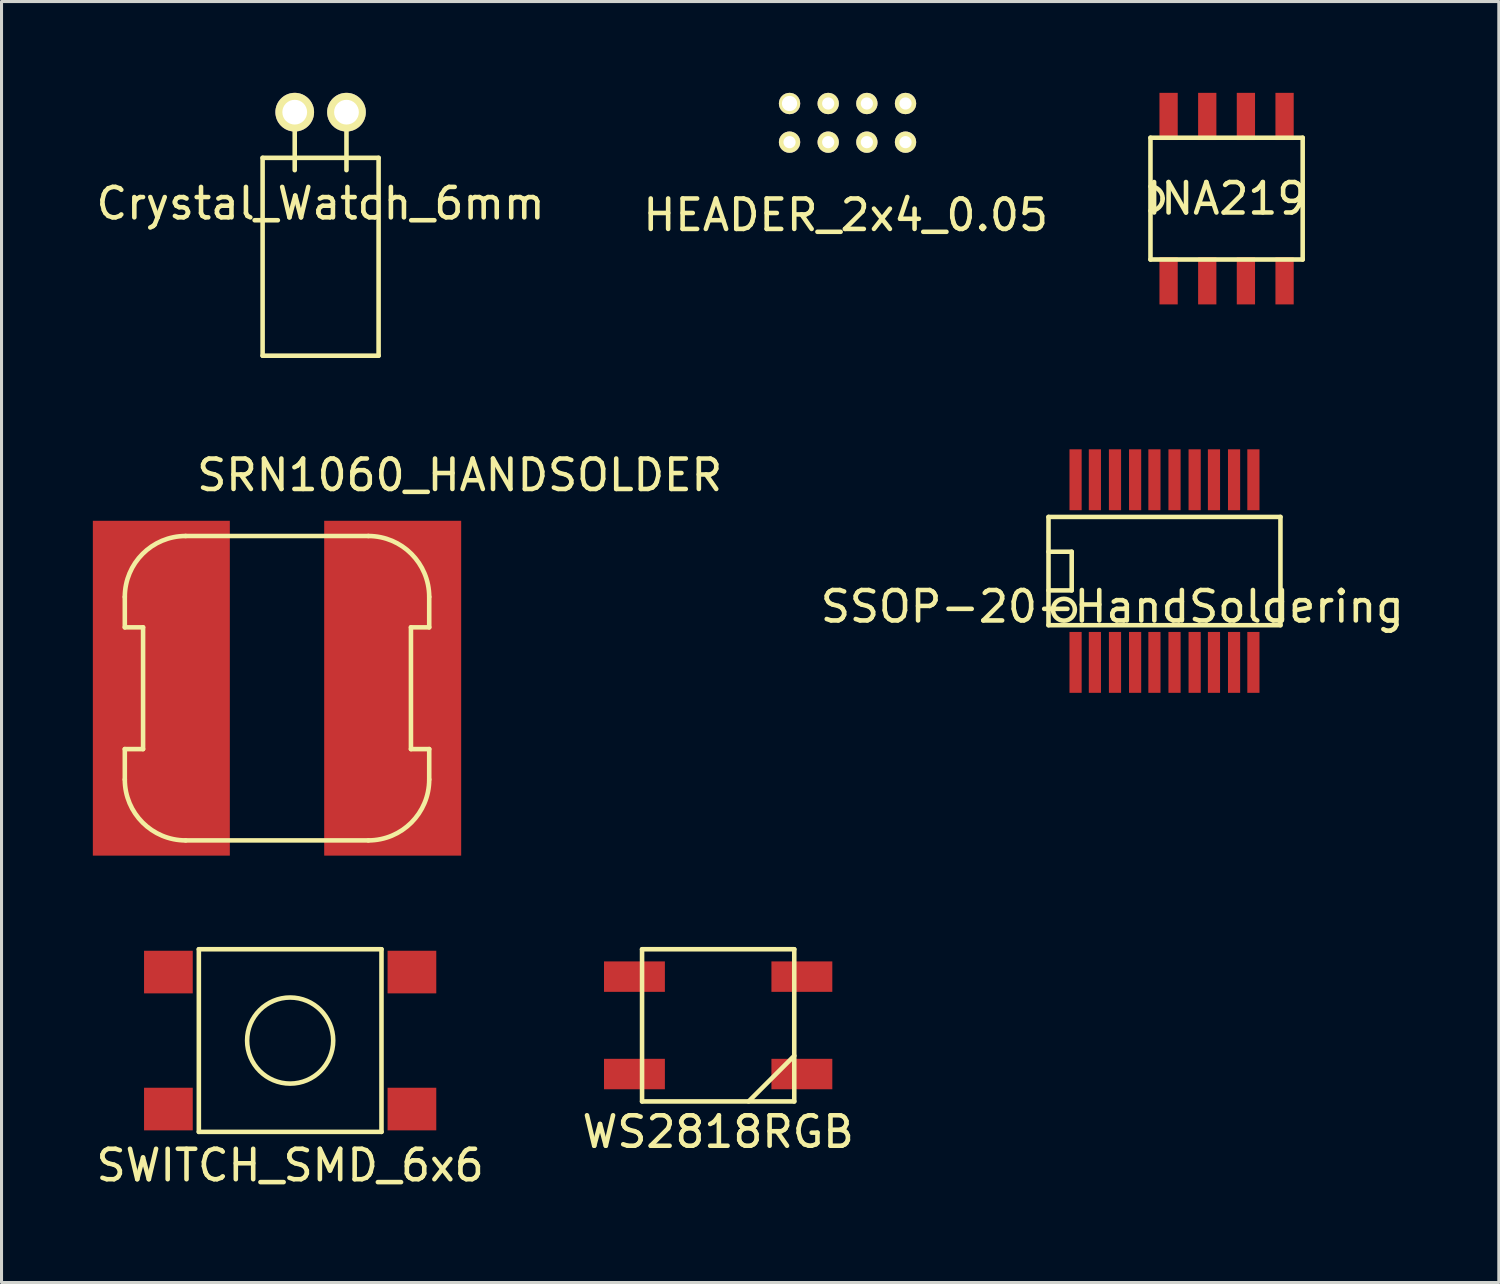
<source format=kicad_pcb>
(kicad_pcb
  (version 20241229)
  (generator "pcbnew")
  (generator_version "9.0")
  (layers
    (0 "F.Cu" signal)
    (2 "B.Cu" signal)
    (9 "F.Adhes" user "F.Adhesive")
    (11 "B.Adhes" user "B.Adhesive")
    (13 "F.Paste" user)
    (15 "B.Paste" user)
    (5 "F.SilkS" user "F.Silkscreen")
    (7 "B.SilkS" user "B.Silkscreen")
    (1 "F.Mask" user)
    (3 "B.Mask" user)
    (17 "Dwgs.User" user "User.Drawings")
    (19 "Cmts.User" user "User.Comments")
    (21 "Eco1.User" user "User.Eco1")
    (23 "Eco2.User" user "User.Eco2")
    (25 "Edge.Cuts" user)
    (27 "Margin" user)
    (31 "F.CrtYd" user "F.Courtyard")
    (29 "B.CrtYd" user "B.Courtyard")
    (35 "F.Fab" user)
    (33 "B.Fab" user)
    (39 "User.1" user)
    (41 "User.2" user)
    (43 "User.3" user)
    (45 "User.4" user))
  (footprint "WS2818RGB"
    (layer "F.Cu")
    (at 20.542 30.633)
    (property "Reference" "WS2818RGB" (at 0 3.5 0) (layer "F.SilkS") (effects (font (size 1 1) (thickness 0.15))))
    (attr through_hole)
    (fp_line (start -2.5 -2.5) (end 2.5 -2.5) (stroke (width 0.15) (type solid)) (layer "F.SilkS"))
    (fp_line (start -2.5 2.5) (end -2.5 -2.5) (stroke (width 0.15) (type solid)) (layer "F.SilkS"))
    (fp_line (start 2.5 -2.5) (end 2.5 2.5) (stroke (width 0.15) (type solid)) (layer "F.SilkS"))
    (fp_line (start 2.5 1) (end 1 2.5) (stroke (width 0.15) (type solid)) (layer "F.SilkS"))
    (fp_line (start 2.5 2.5) (end -2.5 2.5) (stroke (width 0.15) (type solid)) (layer "F.SilkS"))
    (pad "1" smd rect (at -1.75 -1.6) (size 2 1) (drill (offset -1 0)) (layers "F.Cu" "F.Mask" "F.Paste"))
    (pad "2" smd rect (at -1.75 1.6) (size 2 1) (drill (offset -1 0)) (layers "F.Cu" "F.Mask" "F.Paste"))
    (pad "3" smd rect (at 1.75 1.6) (size 2 1) (drill (offset 1 0)) (layers "F.Cu" "F.Mask" "F.Paste"))
    (pad "4" smd rect (at 1.75 -1.6) (size 2 1) (drill (offset 1 0)) (layers "F.Cu" "F.Mask" "F.Paste")))
  (footprint "Crystal_Watch_6mm"
    (layer "F.Cu")
    (at 7.482 0.635)
    (property "Reference" "Crystal_Watch_6mm" (at 0 3 180) (layer "F.SilkS") (effects (font (size 1 1) (thickness 0.15))))
    (attr through_hole)
    (fp_line (start -1.905 1.5) (end 1.905 1.5) (stroke (width 0.15) (type solid)) (layer "F.SilkS"))
    (fp_line (start -1.905 8) (end -1.905 1.5) (stroke (width 0.15) (type solid)) (layer "F.SilkS"))
    (fp_line (start -0.85 0) (end -0.85 1.905) (stroke (width 0.15) (type solid)) (layer "F.SilkS"))
    (fp_line (start 0.85 0) (end 0.85 1.905) (stroke (width 0.15) (type solid)) (layer "F.SilkS"))
    (fp_line (start 1.905 1.5) (end 1.905 8) (stroke (width 0.15) (type solid)) (layer "F.SilkS"))
    (fp_line (start 1.905 8) (end -1.905 8) (stroke (width 0.15) (type solid)) (layer "F.SilkS"))
    (pad "1" thru_hole circle (at -0.85 0) (size 1.27 1.27) (drill 0.813) (layers "*.Cu" "*.Mask" "F.SilkS"))
    (pad "2" thru_hole circle (at 0.85 0) (size 1.27 1.27) (drill 0.813) (layers "*.Cu" "*.Mask" "F.SilkS")))
  (footprint "SRN1060_HANDSOLDER"
    (layer "F.Cu")
    (at 6.05 19.558)
    (property "Reference" "SRN1060_HANDSOLDER" (at 6 -7 0) (layer "F.SilkS") (effects (font (size 1 1) (thickness 0.15))))
    (attr through_hole)
    (fp_line (start -5 -3) (end -5 -2) (stroke (width 0.15) (type solid)) (layer "F.SilkS"))
    (fp_line (start -5 -2) (end -4.4 -2) (stroke (width 0.15) (type solid)) (layer "F.SilkS"))
    (fp_line (start -5 2) (end -5 3) (stroke (width 0.15) (type solid)) (layer "F.SilkS"))
    (fp_line (start -4.4 -2) (end -4.4 2) (stroke (width 0.15) (type solid)) (layer "F.SilkS"))
    (fp_line (start -4.4 2) (end -5 2) (stroke (width 0.15) (type solid)) (layer "F.SilkS"))
    (fp_line (start -3 5) (end 3 5) (stroke (width 0.15) (type solid)) (layer "F.SilkS"))
    (fp_line (start 3 -5) (end -3 -5) (stroke (width 0.15) (type solid)) (layer "F.SilkS"))
    (fp_line (start 4.4 -2) (end 4.4 2) (stroke (width 0.15) (type solid)) (layer "F.SilkS"))
    (fp_line (start 4.4 2) (end 5 2) (stroke (width 0.15) (type solid)) (layer "F.SilkS"))
    (fp_line (start 5 -3) (end 5 -2) (stroke (width 0.15) (type solid)) (layer "F.SilkS"))
    (fp_line (start 5 -2) (end 4.4 -2) (stroke (width 0.15) (type solid)) (layer "F.SilkS"))
    (fp_line (start 5 2) (end 5 3) (stroke (width 0.15) (type solid)) (layer "F.SilkS"))
    (fp_arc (start -5 -3) (mid -4.414214 -4.414214) (end -3 -5) (stroke (width 0.15) (type solid)) (layer "F.SilkS"))
    (fp_arc (start -3 5) (mid -4.414214 4.414214) (end -5 3) (stroke (width 0.15) (type solid)) (layer "F.SilkS"))
    (fp_arc (start 3 -5) (mid 4.414214 -4.414214) (end 5 -3) (stroke (width 0.15) (type solid)) (layer "F.SilkS"))
    (fp_arc (start 5 3) (mid 4.414214 4.414214) (end 3 5) (stroke (width 0.15) (type solid)) (layer "F.SilkS"))
    (pad "1" smd rect (at -3.8 0) (size 4.5 11) (layers "F.Cu" "F.Mask" "F.Paste"))
    (pad "2" smd rect (at 3.8 0) (size 4.5 11) (layers "F.Cu" "F.Mask" "F.Paste")))
  (footprint "SSOP-20-HandSoldering"
    (layer "F.Cu")
    (at 35.204 15.71)
    (property "Reference" "SSOP-20-HandSoldering" (at -1.714 1.167 0) (layer "F.SilkS") (effects (font (size 1 1) (thickness 0.15))))
    (attr smd)
    (fp_line (start -3.81 -0.635) (end -3.048 -0.635) (stroke (width 0.15) (type solid)) (layer "F.SilkS"))
    (fp_line (start -3.81 1.778) (end -3.81 -1.778) (stroke (width 0.15) (type solid)) (layer "F.SilkS"))
    (fp_line (start -3.81 1.778) (end 3.81 1.778) (stroke (width 0.15) (type solid)) (layer "F.SilkS"))
    (fp_line (start -3.048 -0.635) (end -3.048 0.635) (stroke (width 0.15) (type solid)) (layer "F.SilkS"))
    (fp_line (start -3.048 0.635) (end -3.81 0.635) (stroke (width 0.15) (type solid)) (layer "F.SilkS"))
    (fp_line (start 3.81 -1.778) (end -3.81 -1.778) (stroke (width 0.15) (type solid)) (layer "F.SilkS"))
    (fp_line (start 3.81 -1.778) (end 3.81 1.778) (stroke (width 0.15) (type solid)) (layer "F.SilkS"))
    (fp_circle (center -3.302 1.27) (end -3.556 1.016) (stroke (width 0.15) (type solid)) (fill no) (layer "F.SilkS"))
    (pad "1" smd rect (at -2.921 3) (size 0.4 2) (layers "F.Cu" "F.Mask" "F.Paste"))
    (pad "2" smd rect (at -2.286 3) (size 0.4 2) (layers "F.Cu" "F.Mask" "F.Paste"))
    (pad "3" smd rect (at -1.626 3) (size 0.4 2) (layers "F.Cu" "F.Mask" "F.Paste"))
    (pad "4" smd rect (at -0.965 3) (size 0.4 2) (layers "F.Cu" "F.Mask" "F.Paste"))
    (pad "5" smd rect (at -0.33 3) (size 0.4 2) (layers "F.Cu" "F.Mask" "F.Paste"))
    (pad "6" smd rect (at 0.33 3) (size 0.4 2) (layers "F.Cu" "F.Mask" "F.Paste"))
    (pad "7" smd rect (at 0.991 3) (size 0.4 2) (layers "F.Cu" "F.Mask" "F.Paste"))
    (pad "8" smd rect (at 1.626 3) (size 0.4 2) (layers "F.Cu" "F.Mask" "F.Paste"))
    (pad "9" smd rect (at 2.286 3) (size 0.4 2) (layers "F.Cu" "F.Mask" "F.Paste"))
    (pad "10" smd rect (at 2.921 3) (size 0.4 2) (layers "F.Cu" "F.Mask" "F.Paste"))
    (pad "11" smd rect (at 2.921 -3) (size 0.4 2) (layers "F.Cu" "F.Mask" "F.Paste"))
    (pad "12" smd rect (at 2.286 -3) (size 0.4 2) (layers "F.Cu" "F.Mask" "F.Paste"))
    (pad "13" smd rect (at 1.626 -3) (size 0.4 2) (layers "F.Cu" "F.Mask" "F.Paste"))
    (pad "14" smd rect (at 0.991 -3) (size 0.4 2) (layers "F.Cu" "F.Mask" "F.Paste"))
    (pad "15" smd rect (at 0.33 -3) (size 0.4 2) (layers "F.Cu" "F.Mask" "F.Paste"))
    (pad "16" smd rect (at -0.33 -3) (size 0.4 2) (layers "F.Cu" "F.Mask" "F.Paste"))
    (pad "17" smd rect (at -0.965 -3) (size 0.4 2) (layers "F.Cu" "F.Mask" "F.Paste"))
    (pad "18" smd rect (at -1.626 -3) (size 0.4 2) (layers "F.Cu" "F.Mask" "F.Paste"))
    (pad "19" smd rect (at -2.286 -3) (size 0.4 2) (layers "F.Cu" "F.Mask" "F.Paste"))
    (pad "20" smd rect (at -2.921 -3) (size 0.4 2) (layers "F.Cu" "F.Mask" "F.Paste")))
  (footprint "INA219"
    (layer "F.Cu")
    (at 37.244 3.475)
    (property "Reference" "INA219" (at 0 0 0) (layer "F.SilkS") (effects (font (size 1 1) (thickness 0.15))))
    (attr through_hole)
    (fp_line (start -2.5 -2) (end 2.5 -2) (stroke (width 0.15) (type solid)) (layer "F.SilkS"))
    (fp_line (start -2.5 2) (end -2.5 -2) (stroke (width 0.15) (type solid)) (layer "F.SilkS"))
    (fp_line (start 2.5 -2) (end 2.5 2) (stroke (width 0.15) (type solid)) (layer "F.SilkS"))
    (fp_line (start 2.5 2) (end -2.5 2) (stroke (width 0.15) (type solid)) (layer "F.SilkS"))
    (fp_arc (start -2.5 -0.4) (mid -2.217157 -0.282843) (end -2.1 0) (stroke (width 0.15) (type solid)) (layer "F.SilkS"))
    (fp_arc (start -2.1 0) (mid -2.217157 0.282843) (end -2.5 0.4) (stroke (width 0.15) (type solid)) (layer "F.SilkS"))
    (pad "1" smd rect (at -1.905 2.7) (size 0.6 1.55) (layers "F.Cu" "F.Mask" "F.Paste"))
    (pad "2" smd rect (at -0.635 2.7) (size 0.6 1.55) (layers "F.Cu" "F.Mask" "F.Paste"))
    (pad "3" smd rect (at 0.635 2.7) (size 0.6 1.55) (layers "F.Cu" "F.Mask" "F.Paste"))
    (pad "4" smd rect (at 1.905 2.7) (size 0.6 1.55) (layers "F.Cu" "F.Mask" "F.Paste"))
    (pad "5" smd rect (at 1.905 -2.7) (size 0.6 1.55) (layers "F.Cu" "F.Mask" "F.Paste"))
    (pad "6" smd rect (at 0.635 -2.7) (size 0.6 1.55) (layers "F.Cu" "F.Mask" "F.Paste"))
    (pad "7" smd rect (at -0.635 -2.7) (size 0.6 1.55) (layers "F.Cu" "F.Mask" "F.Paste"))
    (pad "8" smd rect (at -1.905 -2.7) (size 0.6 1.55) (layers "F.Cu" "F.Mask" "F.Paste")))
  (footprint "HEADER_2x4_0.05"
    (layer "F.Cu")
    (at 24.792 0.985)
    (property "Reference" "HEADER_2x4_0.05" (at -0.06 3.03 0) (layer "F.SilkS") (effects (font (size 1 1) (thickness 0.15))))
    (attr through_hole)
    (pad "1" thru_hole circle (at -1.905 0.635) (size 0.7 0.7) (drill 0.4) (layers "*.Cu" "*.Mask" "F.SilkS"))
    (pad "2" thru_hole circle (at -1.905 -0.635) (size 0.7 0.7) (drill 0.5) (layers "*.Cu" "*.Mask" "F.SilkS"))
    (pad "3" thru_hole circle (at -0.635 0.635) (size 0.7 0.7) (drill 0.4) (layers "*.Cu" "*.Mask" "F.SilkS"))
    (pad "4" thru_hole circle (at -0.635 -0.635) (size 0.7 0.7) (drill 0.4) (layers "*.Cu" "*.Mask" "F.SilkS"))
    (pad "5" thru_hole circle (at 0.635 0.635) (size 0.7 0.7) (drill 0.4) (layers "*.Cu" "*.Mask" "F.SilkS"))
    (pad "6" thru_hole circle (at 0.635 -0.635) (size 0.7 0.7) (drill 0.4) (layers "*.Cu" "*.Mask" "F.SilkS"))
    (pad "7" thru_hole circle (at 1.905 0.635) (size 0.7 0.7) (drill 0.4) (layers "*.Cu" "*.Mask" "F.SilkS"))
    (pad "8" thru_hole circle (at 1.905 -0.635) (size 0.7 0.7) (drill 0.4) (layers "*.Cu" "*.Mask" "F.SilkS")))
  (footprint "SWITCH_SMD_6x6"
    (layer "F.Cu")
    (at 6.482 31.133)
    (property "Reference" "SWITCH_SMD_6x6" (at 0 4.1 0) (layer "F.SilkS") (effects (font (size 1 1) (thickness 0.15))))
    (attr through_hole)
    (fp_line (start -3 -3) (end 3 -3) (stroke (width 0.15) (type solid)) (layer "F.SilkS"))
    (fp_line (start -3 3) (end -3 -3) (stroke (width 0.15) (type solid)) (layer "F.SilkS"))
    (fp_line (start 3 -3) (end 3 3) (stroke (width 0.15) (type solid)) (layer "F.SilkS"))
    (fp_line (start 3 3) (end -3 3) (stroke (width 0.15) (type solid)) (layer "F.SilkS"))
    (fp_circle (center 0 0) (end 1 1) (stroke (width 0.15) (type solid)) (fill no) (layer "F.SilkS"))
    (pad "1" smd rect (at -4 -2.25) (size 1.6 1.4) (layers "F.Cu" "F.Mask" "F.Paste"))
    (pad "1" smd rect (at 4 -2.25) (size 1.6 1.4) (layers "F.Cu" "F.Mask" "F.Paste"))
    (pad "2" smd rect (at -4 2.25) (size 1.6 1.4) (layers "F.Cu" "F.Mask" "F.Paste"))
    (pad "2" smd rect (at 4 2.25) (size 1.6 1.4) (layers "F.Cu" "F.Mask" "F.Paste")))
  (gr_rect
    (start -3 -3)
    (end 46.187 39.081)
    (stroke (width 0.1) (type default))
    (fill no)
    (layer "Edge.Cuts")))
</source>
